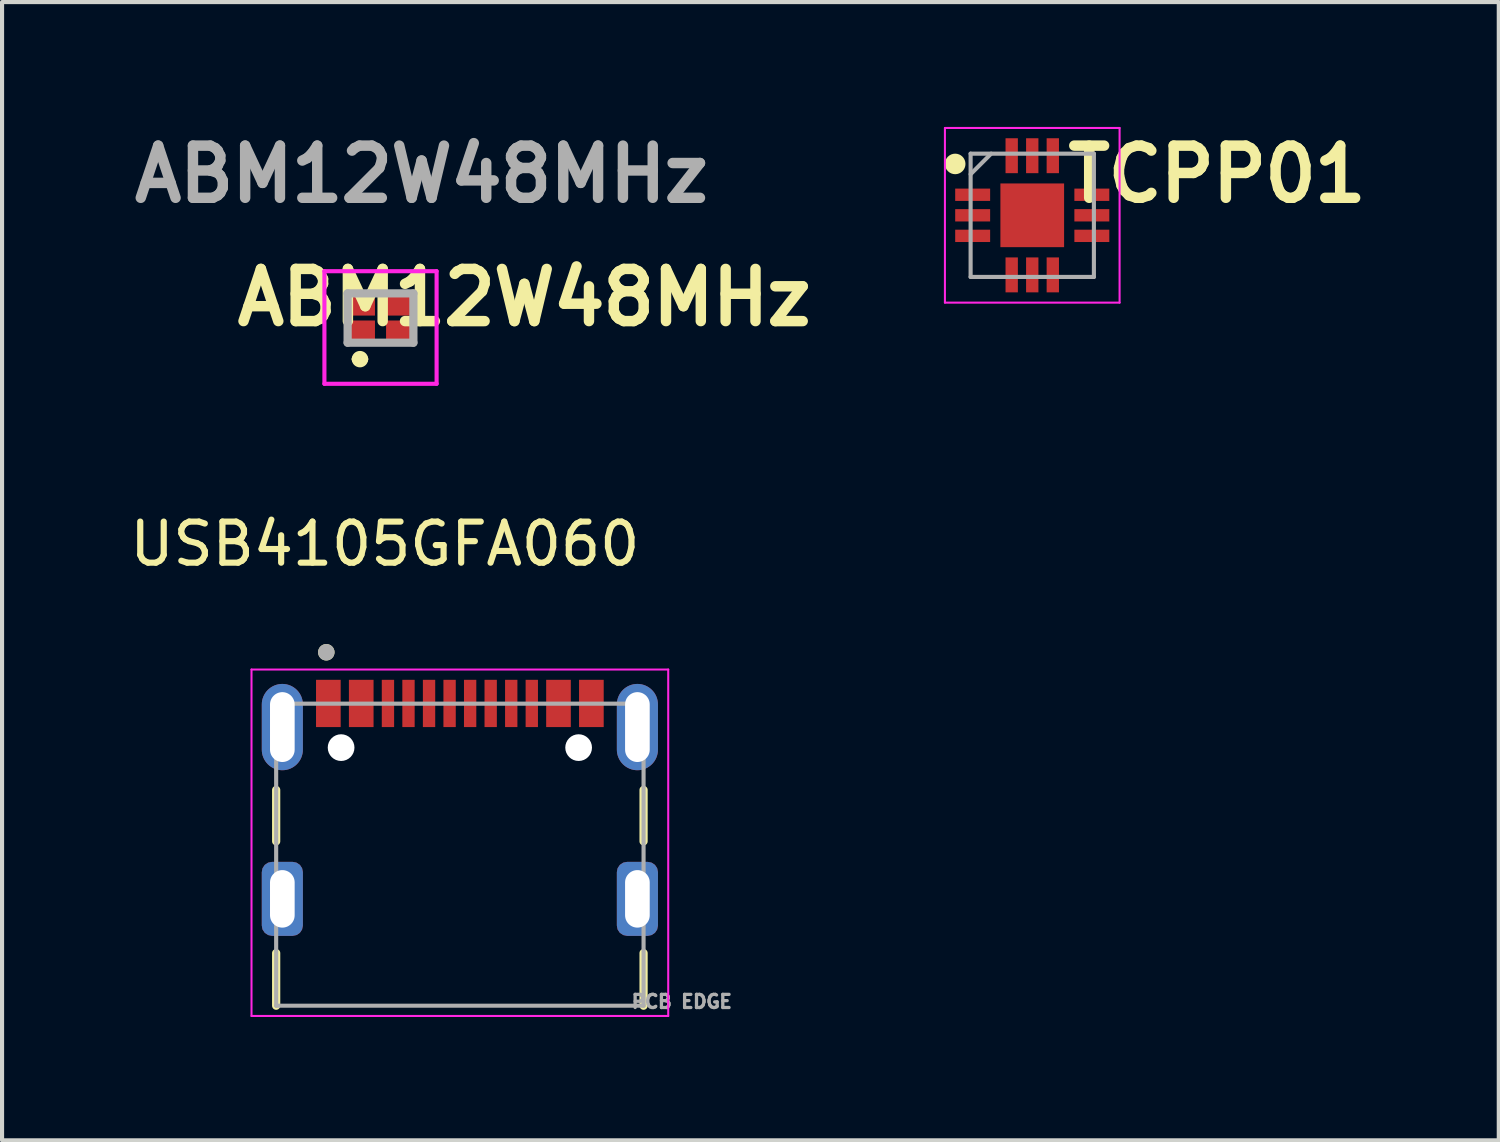
<source format=kicad_pcb>
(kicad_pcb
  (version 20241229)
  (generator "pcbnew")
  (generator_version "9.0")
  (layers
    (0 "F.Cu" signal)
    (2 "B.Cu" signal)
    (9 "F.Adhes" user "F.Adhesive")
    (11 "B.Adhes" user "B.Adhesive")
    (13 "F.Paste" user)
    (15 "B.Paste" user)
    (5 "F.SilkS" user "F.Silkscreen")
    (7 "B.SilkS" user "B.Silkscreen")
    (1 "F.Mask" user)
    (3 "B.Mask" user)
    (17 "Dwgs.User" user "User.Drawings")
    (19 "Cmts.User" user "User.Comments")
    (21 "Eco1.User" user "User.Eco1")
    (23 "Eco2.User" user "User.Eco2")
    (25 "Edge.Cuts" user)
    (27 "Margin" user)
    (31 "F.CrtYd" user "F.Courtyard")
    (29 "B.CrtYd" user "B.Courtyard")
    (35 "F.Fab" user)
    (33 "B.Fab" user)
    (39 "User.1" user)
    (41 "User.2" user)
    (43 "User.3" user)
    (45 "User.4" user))
  (footprint "USB4105GFA060"
    (layer "F.Cu")
    (at 8.14 18.822)
    (property "Reference" "USB4105GFA060" (at -1.825 -8.635 0) (layer "F.SilkS") (effects (font (size 1 1) (thickness 0.15))))
    (attr smd)
    (fp_line (start -4.47 -2.65) (end -4.47 -1.4) (stroke (width 0.2) (type solid)) (layer "F.SilkS"))
    (fp_line (start -4.47 1.32) (end -4.47 2.6) (stroke (width 0.2) (type solid)) (layer "F.SilkS"))
    (fp_line (start 4.47 -2.65) (end 4.47 -1.4) (stroke (width 0.2) (type solid)) (layer "F.SilkS"))
    (fp_line (start 4.47 2.6) (end 4.47 1.32) (stroke (width 0.2) (type solid)) (layer "F.SilkS"))
    (fp_circle (center -3.25 -6) (end -3.15 -6) (stroke (width 0.2) (type solid)) (fill no) (layer "F.SilkS"))
    (fp_line (start -5.07 -5.58) (end -5.07 2.85) (stroke (width 0.05) (type solid)) (layer "F.CrtYd"))
    (fp_line (start -5.07 2.85) (end 5.07 2.85) (stroke (width 0.05) (type solid)) (layer "F.CrtYd"))
    (fp_line (start 5.07 -5.58) (end -5.07 -5.58) (stroke (width 0.05) (type solid)) (layer "F.CrtYd"))
    (fp_line (start 5.07 2.85) (end 5.07 -5.58) (stroke (width 0.05) (type solid)) (layer "F.CrtYd"))
    (fp_line (start -4.47 -4.75) (end 4.47 -4.75) (stroke (width 0.1) (type solid)) (layer "F.Fab"))
    (fp_line (start -4.47 2.6) (end -4.47 -4.75) (stroke (width 0.1) (type solid)) (layer "F.Fab"))
    (fp_line (start 4.47 -4.75) (end 4.47 2.6) (stroke (width 0.1) (type solid)) (layer "F.Fab"))
    (fp_line (start 4.47 2.6) (end -4.47 2.6) (stroke (width 0.1) (type solid)) (layer "F.Fab"))
    (fp_circle (center -3.25 -6) (end -3.15 -6) (stroke (width 0.2) (type solid)) (fill no) (layer "F.Fab"))
    (fp_text user "PCB EDGE" (at 5.4 2.5 0) (layer "F.Fab") (effects (font (size 0.32 0.32) (thickness 0.15))))
    (pad "" np_thru_hole circle (at -2.89 -3.68) (size 0.65 0.65) (drill 0.65) (layers "*.Cu" "*.Mask"))
    (pad "" np_thru_hole circle (at 2.89 -3.68) (size 0.65 0.65) (drill 0.65) (layers "*.Cu" "*.Mask"))
    (pad "A1_B12" smd rect (at -3.2 -4.755) (size 0.6 1.15) (layers "F.Cu" "F.Mask" "F.Paste"))
    (pad "A4_B9" smd rect (at -2.4 -4.755) (size 0.6 1.15) (layers "F.Cu" "F.Mask" "F.Paste"))
    (pad "A5" smd rect (at -1.25 -4.755) (size 0.3 1.15) (layers "F.Cu" "F.Mask" "F.Paste"))
    (pad "A6" smd rect (at -0.25 -4.755) (size 0.3 1.15) (layers "F.Cu" "F.Mask" "F.Paste"))
    (pad "A7" smd rect (at 0.25 -4.755) (size 0.3 1.15) (layers "F.Cu" "F.Mask" "F.Paste"))
    (pad "A8" smd rect (at 1.25 -4.755) (size 0.3 1.15) (layers "F.Cu" "F.Mask" "F.Paste"))
    (pad "B1_A12" smd rect (at 3.2 -4.755) (size 0.6 1.15) (layers "F.Cu" "F.Mask" "F.Paste"))
    (pad "B4_A9" smd rect (at 2.4 -4.755) (size 0.6 1.15) (layers "F.Cu" "F.Mask" "F.Paste"))
    (pad "B5" smd rect (at 1.75 -4.755) (size 0.3 1.15) (layers "F.Cu" "F.Mask" "F.Paste"))
    (pad "B6" smd rect (at 0.75 -4.755) (size 0.3 1.15) (layers "F.Cu" "F.Mask" "F.Paste"))
    (pad "B7" smd rect (at -0.75 -4.755) (size 0.3 1.15) (layers "F.Cu" "F.Mask" "F.Paste"))
    (pad "B8" smd rect (at -1.75 -4.755) (size 0.3 1.15) (layers "F.Cu" "F.Mask" "F.Paste"))
    (pad "SH1" thru_hole oval (at -4.32 -4.18) (size 1 2.1) (drill oval 0.6 1.7) (layers "*.Cu" "*.Mask"))
    (pad "SH2" thru_hole oval (at 4.32 -4.18) (size 1 2.1) (drill oval 0.6 1.7) (layers "*.Cu" "*.Mask"))
    (pad "SH3" thru_hole roundrect (at -4.32 0) (size 1 1.8) (drill oval 0.6 1.4) (layers "*.Cu" "*.Mask") (roundrect_rratio 0.25))
    (pad "SH4" thru_hole roundrect (at 4.32 0) (size 1 1.8) (drill oval 0.6 1.4) (layers "*.Cu" "*.Mask") (roundrect_rratio 0.25)))
  (footprint "ABM12W48MHz"
    (layer "F.Cu")
    (at 6.209 4.689)
    (property "Reference" "ABM12W48MHz" (at 3.5 -0.5 0) (layer "F.SilkS") (effects (font (size 1.27 1.27) (thickness 0.254))))
    (attr smd)
    (fp_line (start -0.6 1) (end -0.6 1) (stroke (width 0.2) (type solid)) (layer "F.SilkS"))
    (fp_line (start -0.4 1) (end -0.4 1) (stroke (width 0.2) (type solid)) (layer "F.SilkS"))
    (fp_arc (start -0.6 1) (mid -0.5 0.9) (end -0.4 1) (stroke (width 0.2) (type solid)) (layer "F.SilkS"))
    (fp_arc (start -0.4 1) (mid -0.5 1.1) (end -0.6 1) (stroke (width 0.2) (type solid)) (layer "F.SilkS"))
    (fp_line (start -1.365 -1.14) (end 1.365 -1.14) (stroke (width 0.1) (type solid)) (layer "F.CrtYd"))
    (fp_line (start -1.365 1.6) (end -1.365 -1.14) (stroke (width 0.1) (type solid)) (layer "F.CrtYd"))
    (fp_line (start 1.365 -1.14) (end 1.365 1.6) (stroke (width 0.1) (type solid)) (layer "F.CrtYd"))
    (fp_line (start 1.365 1.6) (end -1.365 1.6) (stroke (width 0.1) (type solid)) (layer "F.CrtYd"))
    (fp_line (start -0.8 -0.6) (end 0.8 -0.6) (stroke (width 0.2) (type solid)) (layer "F.Fab"))
    (fp_line (start -0.8 0.6) (end -0.8 -0.6) (stroke (width 0.2) (type solid)) (layer "F.Fab"))
    (fp_line (start 0.8 -0.6) (end 0.8 0.6) (stroke (width 0.2) (type solid)) (layer "F.Fab"))
    (fp_line (start 0.8 0.6) (end -0.8 0.6) (stroke (width 0.2) (type solid)) (layer "F.Fab"))
    (fp_text user "${REFERENCE}" (at 1 -3.5 0) (layer "F.Fab") (effects (font (size 1.27 1.27) (thickness 0.254))))
    (pad "1" smd rect (at -0.5 0.35 90) (size 0.58 0.73) (layers "F.Cu" "F.Mask" "F.Paste"))
    (pad "2" smd rect (at 0.5 0.35 90) (size 0.58 0.73) (layers "F.Cu" "F.Mask" "F.Paste"))
    (pad "3" smd rect (at 0.5 -0.35 90) (size 0.58 0.73) (layers "F.Cu" "F.Mask" "F.Paste"))
    (pad "4" smd rect (at -0.5 -0.35 90) (size 0.58 0.73) (layers "F.Cu" "F.Mask" "F.Paste")))
  (footprint "TCPP01"
    (layer "F.Cu")
    (at 22.068 2.189)
    (property "Reference" "TCPP01" (at 4.5 -1 0) (layer "F.SilkS") (effects (font (size 1.27 1.27) (thickness 0.254))))
    (attr smd)
    (fp_circle (center -1.875 -1.25) (end -1.875 -1.125) (stroke (width 0.25) (type solid)) (fill no) (layer "F.SilkS"))
    (fp_line (start -2.125 -2.125) (end 2.125 -2.125) (stroke (width 0.05) (type solid)) (layer "F.CrtYd"))
    (fp_line (start -2.125 2.125) (end -2.125 -2.125) (stroke (width 0.05) (type solid)) (layer "F.CrtYd"))
    (fp_line (start 2.125 -2.125) (end 2.125 2.125) (stroke (width 0.05) (type solid)) (layer "F.CrtYd"))
    (fp_line (start 2.125 2.125) (end -2.125 2.125) (stroke (width 0.05) (type solid)) (layer "F.CrtYd"))
    (fp_line (start -1.5 -1.5) (end 1.5 -1.5) (stroke (width 0.1) (type solid)) (layer "F.Fab"))
    (fp_line (start -1.5 -1) (end -1 -1.5) (stroke (width 0.1) (type solid)) (layer "F.Fab"))
    (fp_line (start -1.5 1.5) (end -1.5 -1.5) (stroke (width 0.1) (type solid)) (layer "F.Fab"))
    (fp_line (start 1.5 -1.5) (end 1.5 1.5) (stroke (width 0.1) (type solid)) (layer "F.Fab"))
    (fp_line (start 1.5 1.5) (end -1.5 1.5) (stroke (width 0.1) (type solid)) (layer "F.Fab"))
    (pad "1" smd rect (at -1.45 -0.5 90) (size 0.3 0.85) (layers "F.Cu" "F.Mask" "F.Paste"))
    (pad "2" smd rect (at -1.45 0 90) (size 0.3 0.85) (layers "F.Cu" "F.Mask" "F.Paste"))
    (pad "3" smd rect (at -1.45 0.5 90) (size 0.3 0.85) (layers "F.Cu" "F.Mask" "F.Paste"))
    (pad "4" smd rect (at -0.5 1.45) (size 0.3 0.85) (layers "F.Cu" "F.Mask" "F.Paste"))
    (pad "5" smd rect (at 0 1.45) (size 0.3 0.85) (layers "F.Cu" "F.Mask" "F.Paste"))
    (pad "6" smd rect (at 0.5 1.45) (size 0.3 0.85) (layers "F.Cu" "F.Mask" "F.Paste"))
    (pad "7" smd rect (at 1.45 0.5 90) (size 0.3 0.85) (layers "F.Cu" "F.Mask" "F.Paste"))
    (pad "8" smd rect (at 1.45 0 90) (size 0.3 0.85) (layers "F.Cu" "F.Mask" "F.Paste"))
    (pad "9" smd rect (at 1.45 -0.5 90) (size 0.3 0.85) (layers "F.Cu" "F.Mask" "F.Paste"))
    (pad "10" smd rect (at 0.5 -1.45) (size 0.3 0.85) (layers "F.Cu" "F.Mask" "F.Paste"))
    (pad "11" smd rect (at 0 -1.45) (size 0.3 0.85) (layers "F.Cu" "F.Mask" "F.Paste"))
    (pad "12" smd rect (at -0.5 -1.45) (size 0.3 0.85) (layers "F.Cu" "F.Mask" "F.Paste"))
    (pad "13" smd rect (at 0 0) (size 1.55 1.55) (layers "F.Cu" "F.Mask" "F.Paste")))
  (gr_rect
    (start -3 -3)
    (end 33.42 24.697)
    (stroke (width 0.1) (type default))
    (fill no)
    (layer "Edge.Cuts")))
</source>
